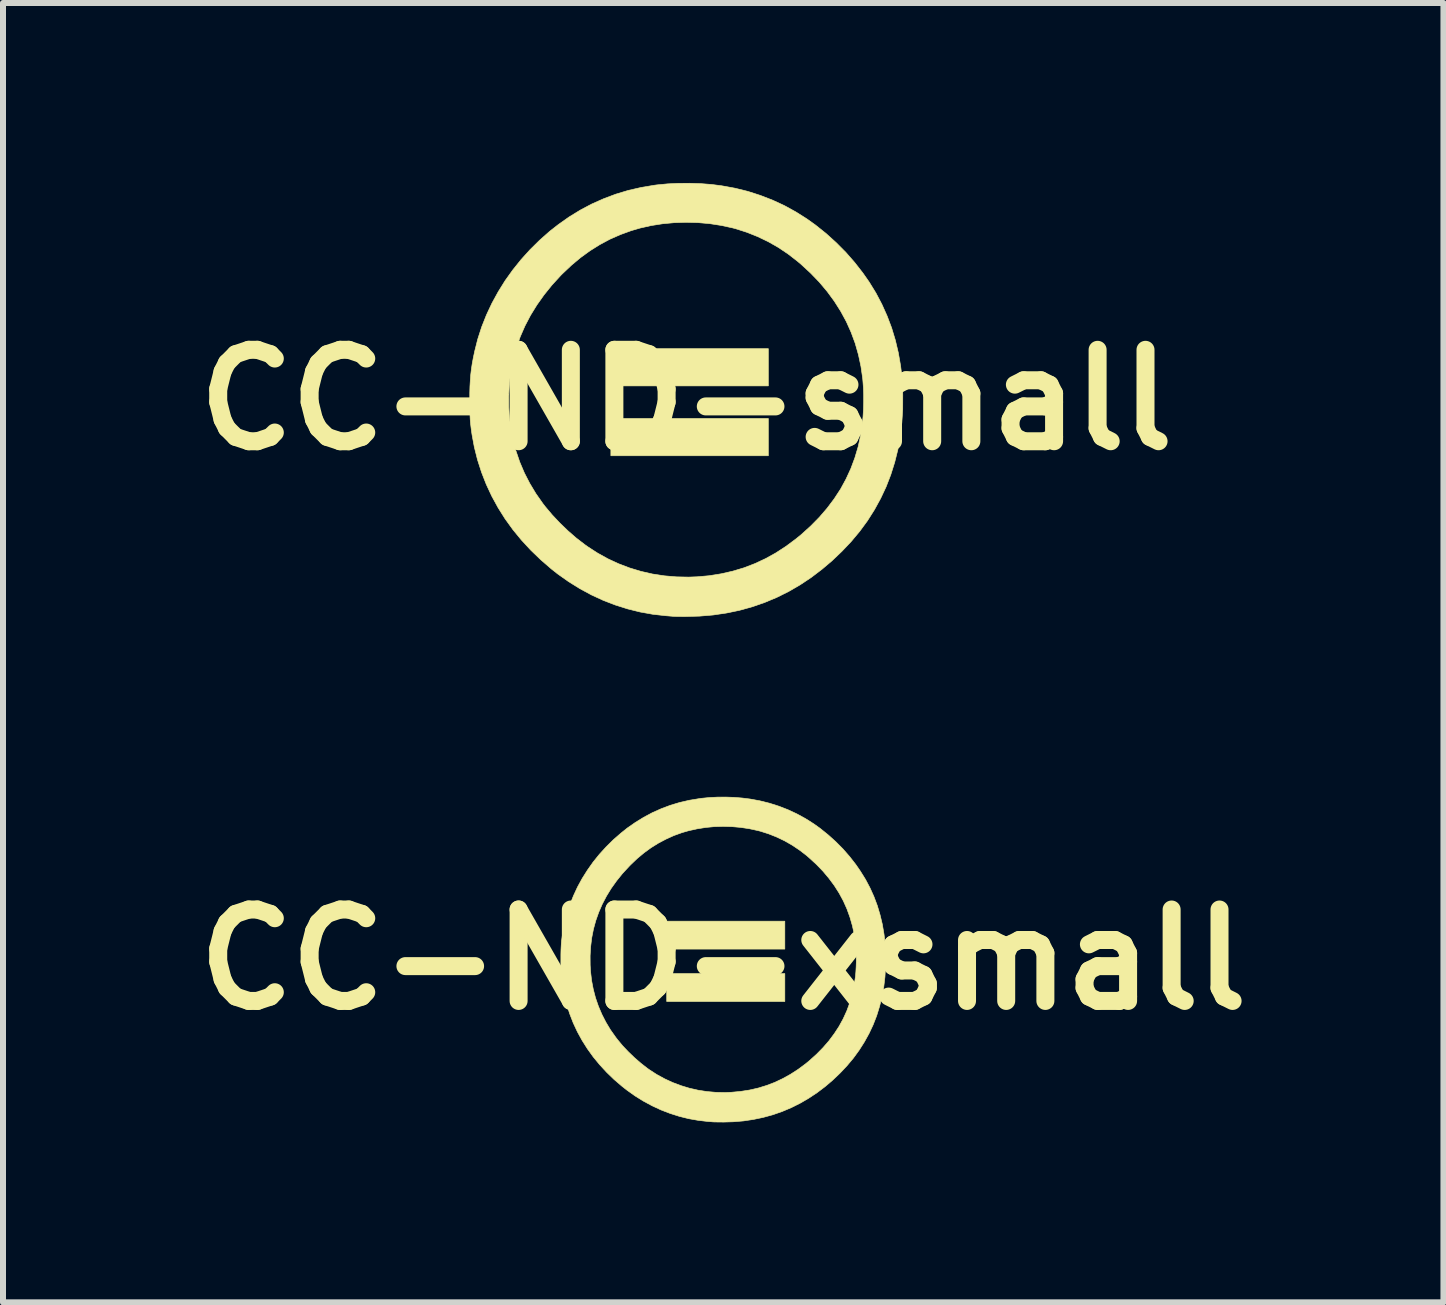
<source format=kicad_pcb>
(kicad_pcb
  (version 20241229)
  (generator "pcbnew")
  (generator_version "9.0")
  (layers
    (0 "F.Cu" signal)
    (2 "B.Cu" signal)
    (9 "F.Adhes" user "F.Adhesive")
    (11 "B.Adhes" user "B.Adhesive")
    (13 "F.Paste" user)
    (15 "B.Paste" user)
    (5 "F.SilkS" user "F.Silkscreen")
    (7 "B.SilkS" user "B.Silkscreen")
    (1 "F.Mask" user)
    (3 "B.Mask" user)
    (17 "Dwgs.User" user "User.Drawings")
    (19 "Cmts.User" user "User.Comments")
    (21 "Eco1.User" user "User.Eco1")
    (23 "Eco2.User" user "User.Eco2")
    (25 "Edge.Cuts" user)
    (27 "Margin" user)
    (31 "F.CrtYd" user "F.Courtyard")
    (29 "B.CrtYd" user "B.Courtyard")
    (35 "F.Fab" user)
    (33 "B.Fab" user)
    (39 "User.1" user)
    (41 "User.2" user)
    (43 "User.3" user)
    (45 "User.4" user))
  (footprint "CC-ND-xsmall"
    (layer "F.Cu")
    (at 9.006 12.946)
    (property "Reference" "CC-ND-xsmall" (at 0 0 0) (layer "F.SilkS") (effects (font (size 1.524 1.524) (thickness 0.3))))
    (attr through_hole)
    (fp_poly (pts (xy 1.027 -0.175) (xy -0.942 -0.175) (xy -0.942 -0.64) (xy 1.027 -0.64) (xy 1.027 -0.175)) (stroke (width 0.01) (type solid)) (fill yes) (layer "F.SilkS"))
    (fp_poly (pts (xy 1.027 0.699) (xy -0.942 0.699) (xy -0.942 0.233) (xy 1.027 0.233) (xy 1.027 0.699)) (stroke (width 0.01) (type solid)) (fill yes) (layer "F.SilkS"))
    (fp_poly (pts (xy 0.181 -2.704) (xy 0.317 -2.693) (xy 0.444 -2.677) (xy 0.609 -2.647) (xy 0.77 -2.607) (xy 0.927 -2.557) (xy 1.079 -2.498) (xy 1.227 -2.429) (xy 1.37 -2.351) (xy 1.509 -2.263) (xy 1.614 -2.188) (xy 1.748 -2.08) (xy 1.875 -1.966) (xy 1.995 -1.845) (xy 2.106 -1.718) (xy 2.209 -1.586) (xy 2.287 -1.473) (xy 2.372 -1.336) (xy 2.447 -1.194) (xy 2.512 -1.05) (xy 2.568 -0.901) (xy 2.614 -0.747) (xy 2.652 -0.589) (xy 2.68 -0.425) (xy 2.696 -0.296) (xy 2.699 -0.268) (xy 2.701 -0.232) (xy 2.703 -0.191) (xy 2.705 -0.146) (xy 2.707 -0.1) (xy 2.708 -0.061) (xy 2.706 0.117) (xy 2.696 0.29) (xy 2.676 0.458) (xy 2.646 0.622) (xy 2.606 0.781) (xy 2.558 0.936) (xy 2.499 1.087) (xy 2.431 1.232) (xy 2.353 1.373) (xy 2.266 1.51) (xy 2.17 1.642) (xy 2.063 1.77) (xy 1.947 1.893) (xy 1.822 2.012) (xy 1.699 2.117) (xy 1.564 2.219) (xy 1.424 2.312) (xy 1.281 2.395) (xy 1.133 2.469) (xy 0.981 2.533) (xy 0.826 2.587) (xy 0.666 2.631) (xy 0.503 2.665) (xy 0.336 2.69) (xy 0.166 2.704) (xy -0.007 2.709) (xy -0.02 2.708) (xy -0.057 2.708) (xy -0.091 2.708) (xy -0.121 2.707) (xy -0.145 2.707) (xy -0.162 2.706) (xy -0.167 2.706) (xy -0.18 2.705) (xy -0.201 2.703) (xy -0.227 2.701) (xy -0.255 2.699) (xy -0.257 2.699) (xy -0.417 2.68) (xy -0.576 2.652) (xy -0.733 2.613) (xy -0.887 2.564) (xy -1.038 2.506) (xy -1.186 2.437) (xy -1.331 2.359) (xy -1.471 2.272) (xy -1.607 2.175) (xy -1.686 2.113) (xy -1.82 1.998) (xy -1.944 1.878) (xy -2.06 1.752) (xy -2.167 1.622) (xy -2.264 1.487) (xy -2.352 1.348) (xy -2.431 1.204) (xy -2.5 1.056) (xy -2.559 0.904) (xy -2.609 0.749) (xy -2.649 0.59) (xy -2.677 0.437) (xy -2.685 0.385) (xy -2.691 0.338) (xy -2.696 0.294) (xy -2.7 0.251) (xy -2.703 0.205) (xy -2.704 0.157) (xy -2.706 0.103) (xy -2.706 0.041) (xy -2.706 0.003) (xy -2.706 -0.063) (xy -2.219 -0.063) (xy -2.218 0.093) (xy -2.211 0.204) (xy -2.194 0.351) (xy -2.166 0.496) (xy -2.129 0.638) (xy -2.081 0.777) (xy -2.023 0.913) (xy -1.956 1.044) (xy -1.88 1.171) (xy -1.793 1.294) (xy -1.763 1.333) (xy -1.676 1.438) (xy -1.58 1.539) (xy -1.479 1.636) (xy -1.374 1.727) (xy -1.268 1.81) (xy -1.233 1.835) (xy -1.108 1.916) (xy -0.978 1.987) (xy -0.844 2.049) (xy -0.706 2.101) (xy -0.565 2.144) (xy -0.42 2.177) (xy -0.272 2.2) (xy -0.122 2.213) (xy 0.031 2.216) (xy 0.135 2.212) (xy 0.288 2.198) (xy 0.437 2.175) (xy 0.582 2.142) (xy 0.722 2.099) (xy 0.859 2.047) (xy 0.992 1.984) (xy 1.122 1.912) (xy 1.249 1.83) (xy 1.373 1.738) (xy 1.437 1.685) (xy 1.555 1.579) (xy 1.663 1.469) (xy 1.762 1.355) (xy 1.85 1.237) (xy 1.93 1.115) (xy 1.999 0.989) (xy 2.059 0.858) (xy 2.109 0.723) (xy 2.15 0.584) (xy 2.181 0.44) (xy 2.203 0.291) (xy 2.204 0.288) (xy 2.211 0.207) (xy 2.216 0.119) (xy 2.219 0.028) (xy 2.218 -0.063) (xy 2.215 -0.151) (xy 2.21 -0.233) (xy 2.206 -0.267) (xy 2.185 -0.418) (xy 2.153 -0.565) (xy 2.112 -0.707) (xy 2.062 -0.845) (xy 2.002 -0.979) (xy 1.932 -1.108) (xy 1.852 -1.234) (xy 1.762 -1.355) (xy 1.663 -1.473) (xy 1.554 -1.586) (xy 1.435 -1.695) (xy 1.392 -1.733) (xy 1.275 -1.823) (xy 1.153 -1.905) (xy 1.026 -1.978) (xy 0.895 -2.041) (xy 0.76 -2.095) (xy 0.622 -2.139) (xy 0.579 -2.15) (xy 0.438 -2.181) (xy 0.293 -2.203) (xy 0.146 -2.216) (xy -0.001 -2.22) (xy -0.149 -2.216) (xy -0.294 -2.202) (xy -0.438 -2.179) (xy -0.577 -2.148) (xy -0.688 -2.116) (xy -0.824 -2.067) (xy -0.954 -2.008) (xy -1.081 -1.941) (xy -1.203 -1.865) (xy -1.321 -1.779) (xy -1.436 -1.683) (xy -1.547 -1.577) (xy -1.569 -1.554) (xy -1.679 -1.435) (xy -1.778 -1.312) (xy -1.868 -1.186) (xy -1.947 -1.057) (xy -2.016 -0.925) (xy -2.075 -0.789) (xy -2.124 -0.651) (xy -2.163 -0.509) (xy -2.192 -0.363) (xy -2.21 -0.215) (xy -2.219 -0.063) (xy -2.706 -0.063) (xy -2.706 -0.087) (xy -2.704 -0.168) (xy -2.7 -0.243) (xy -2.694 -0.314) (xy -2.685 -0.384) (xy -2.675 -0.454) (xy -2.662 -0.526) (xy -2.646 -0.604) (xy -2.645 -0.605) (xy -2.606 -0.76) (xy -2.557 -0.912) (xy -2.497 -1.062) (xy -2.429 -1.209) (xy -2.351 -1.352) (xy -2.264 -1.49) (xy -2.169 -1.625) (xy -2.065 -1.754) (xy -1.953 -1.877) (xy -1.834 -1.995) (xy -1.707 -2.106) (xy -1.601 -2.191) (xy -1.465 -2.286) (xy -1.325 -2.372) (xy -1.181 -2.449) (xy -1.033 -2.515) (xy -0.881 -2.572) (xy -0.725 -2.619) (xy -0.564 -2.656) (xy -0.4 -2.683) (xy -0.366 -2.688) (xy -0.234 -2.701) (xy -0.097 -2.708) (xy 0.042 -2.709) (xy 0.181 -2.704)) (stroke (width 0.01) (type solid)) (fill yes) (layer "F.SilkS")))
  (footprint "CC-ND-small"
    (layer "F.Cu")
    (at 8.389 3.616)
    (property "Reference" "CC-ND-small" (at 0 0 0) (layer "F.SilkS") (effects (font (size 1.524 1.524) (thickness 0.3))))
    (attr through_hole)
    (fp_poly (pts (xy 1.369 -0.233) (xy -1.256 -0.233) (xy -1.256 -0.854) (xy 1.369 -0.854) (xy 1.369 -0.233)) (stroke (width 0.01) (type solid)) (fill yes) (layer "F.SilkS"))
    (fp_poly (pts (xy 1.369 0.931) (xy -1.256 0.931) (xy -1.256 0.31) (xy 1.369 0.31) (xy 1.369 0.931)) (stroke (width 0.01) (type solid)) (fill yes) (layer "F.SilkS"))
    (fp_poly (pts (xy 0.242 -3.605) (xy 0.423 -3.591) (xy 0.592 -3.569) (xy 0.812 -3.529) (xy 1.027 -3.476) (xy 1.235 -3.409) (xy 1.439 -3.33) (xy 1.636 -3.239) (xy 1.827 -3.134) (xy 2.012 -3.017) (xy 2.152 -2.917) (xy 2.331 -2.774) (xy 2.5 -2.621) (xy 2.66 -2.46) (xy 2.808 -2.291) (xy 2.945 -2.115) (xy 3.05 -1.965) (xy 3.163 -1.781) (xy 3.262 -1.593) (xy 3.349 -1.399) (xy 3.424 -1.201) (xy 3.486 -0.996) (xy 3.536 -0.785) (xy 3.574 -0.567) (xy 3.595 -0.395) (xy 3.598 -0.358) (xy 3.601 -0.31) (xy 3.604 -0.254) (xy 3.607 -0.194) (xy 3.609 -0.133) (xy 3.61 -0.081) (xy 3.609 0.156) (xy 3.594 0.386) (xy 3.567 0.611) (xy 3.528 0.83) (xy 3.475 1.042) (xy 3.41 1.248) (xy 3.332 1.449) (xy 3.241 1.643) (xy 3.138 1.831) (xy 3.022 2.014) (xy 2.893 2.19) (xy 2.751 2.36) (xy 2.596 2.524) (xy 2.429 2.683) (xy 2.265 2.822) (xy 2.085 2.959) (xy 1.899 3.083) (xy 1.708 3.194) (xy 1.511 3.292) (xy 1.308 3.377) (xy 1.101 3.449) (xy 0.888 3.508) (xy 0.671 3.553) (xy 0.448 3.586) (xy 0.221 3.605) (xy -0.01 3.611) (xy -0.027 3.611) (xy -0.076 3.611) (xy -0.122 3.61) (xy -0.162 3.61) (xy -0.194 3.609) (xy -0.216 3.608) (xy -0.222 3.608) (xy -0.24 3.606) (xy -0.268 3.604) (xy -0.303 3.601) (xy -0.34 3.598) (xy -0.342 3.598) (xy -0.556 3.574) (xy -0.768 3.536) (xy -0.977 3.484) (xy -1.183 3.419) (xy -1.385 3.341) (xy -1.582 3.25) (xy -1.774 3.146) (xy -1.962 3.029) (xy -2.143 2.901) (xy -2.248 2.818) (xy -2.426 2.664) (xy -2.592 2.504) (xy -2.747 2.336) (xy -2.889 2.163) (xy -3.019 1.983) (xy -3.136 1.797) (xy -3.241 1.605) (xy -3.333 1.408) (xy -3.412 1.206) (xy -3.479 0.998) (xy -3.532 0.787) (xy -3.57 0.582) (xy -3.58 0.514) (xy -3.588 0.451) (xy -3.595 0.392) (xy -3.6 0.334) (xy -3.603 0.274) (xy -3.606 0.209) (xy -3.608 0.137) (xy -3.608 0.055) (xy -3.608 0.004) (xy -3.608 -0.084) (xy -2.959 -0.084) (xy -2.958 0.123) (xy -2.949 0.272) (xy -2.925 0.468) (xy -2.888 0.662) (xy -2.838 0.851) (xy -2.775 1.036) (xy -2.698 1.217) (xy -2.608 1.392) (xy -2.506 1.562) (xy -2.391 1.726) (xy -2.351 1.778) (xy -2.234 1.917) (xy -2.107 2.052) (xy -1.972 2.182) (xy -1.833 2.303) (xy -1.69 2.413) (xy -1.644 2.446) (xy -1.477 2.554) (xy -1.304 2.65) (xy -1.126 2.732) (xy -0.942 2.802) (xy -0.753 2.859) (xy -0.56 2.903) (xy -0.363 2.933) (xy -0.163 2.95) (xy 0.041 2.954) (xy 0.18 2.949) (xy 0.384 2.931) (xy 0.583 2.899) (xy 0.776 2.855) (xy 0.963 2.799) (xy 1.145 2.729) (xy 1.323 2.646) (xy 1.496 2.55) (xy 1.665 2.44) (xy 1.83 2.317) (xy 1.916 2.247) (xy 2.073 2.105) (xy 2.218 1.958) (xy 2.349 1.806) (xy 2.467 1.649) (xy 2.573 1.487) (xy 2.665 1.318) (xy 2.745 1.144) (xy 2.812 0.964) (xy 2.867 0.779) (xy 2.908 0.587) (xy 2.938 0.388) (xy 2.938 0.385) (xy 2.948 0.276) (xy 2.955 0.158) (xy 2.958 0.037) (xy 2.958 -0.084) (xy 2.954 -0.202) (xy 2.946 -0.311) (xy 2.942 -0.356) (xy 2.913 -0.557) (xy 2.871 -0.753) (xy 2.817 -0.943) (xy 2.749 -1.127) (xy 2.669 -1.305) (xy 2.575 -1.478) (xy 2.469 -1.645) (xy 2.35 -1.807) (xy 2.218 -1.964) (xy 2.072 -2.115) (xy 1.914 -2.261) (xy 1.856 -2.31) (xy 1.7 -2.431) (xy 1.538 -2.54) (xy 1.368 -2.637) (xy 1.193 -2.721) (xy 1.013 -2.793) (xy 0.829 -2.852) (xy 0.773 -2.867) (xy 0.584 -2.908) (xy 0.391 -2.938) (xy 0.195 -2.955) (xy -0.002 -2.96) (xy -0.198 -2.954) (xy -0.393 -2.936) (xy -0.584 -2.906) (xy -0.77 -2.864) (xy -0.917 -2.821) (xy -1.098 -2.755) (xy -1.273 -2.678) (xy -1.441 -2.588) (xy -1.604 -2.486) (xy -1.761 -2.372) (xy -1.914 -2.244) (xy -2.063 -2.103) (xy -2.093 -2.073) (xy -2.239 -1.913) (xy -2.371 -1.749) (xy -2.49 -1.581) (xy -2.596 -1.409) (xy -2.688 -1.233) (xy -2.767 -1.052) (xy -2.832 -0.867) (xy -2.884 -0.678) (xy -2.922 -0.485) (xy -2.947 -0.286) (xy -2.959 -0.084) (xy -3.608 -0.084) (xy -3.608 -0.116) (xy -3.605 -0.224) (xy -3.599 -0.324) (xy -3.592 -0.419) (xy -3.581 -0.512) (xy -3.567 -0.605) (xy -3.549 -0.702) (xy -3.527 -0.805) (xy -3.527 -0.807) (xy -3.475 -1.013) (xy -3.409 -1.217) (xy -3.33 -1.416) (xy -3.238 -1.612) (xy -3.134 -1.802) (xy -3.019 -1.987) (xy -2.891 -2.166) (xy -2.753 -2.338) (xy -2.604 -2.503) (xy -2.445 -2.66) (xy -2.277 -2.809) (xy -2.134 -2.921) (xy -1.953 -3.049) (xy -1.767 -3.163) (xy -1.575 -3.265) (xy -1.377 -3.353) (xy -1.175 -3.429) (xy -0.966 -3.492) (xy -0.752 -3.541) (xy -0.533 -3.578) (xy -0.488 -3.584) (xy -0.312 -3.601) (xy -0.13 -3.61) (xy 0.056 -3.611) (xy 0.242 -3.605)) (stroke (width 0.01) (type solid)) (fill yes) (layer "F.SilkS")))
  (gr_rect
    (start -3 -3)
    (end 21.012 18.66)
    (stroke (width 0.1) (type default))
    (fill no)
    (layer "Edge.Cuts")))
</source>
